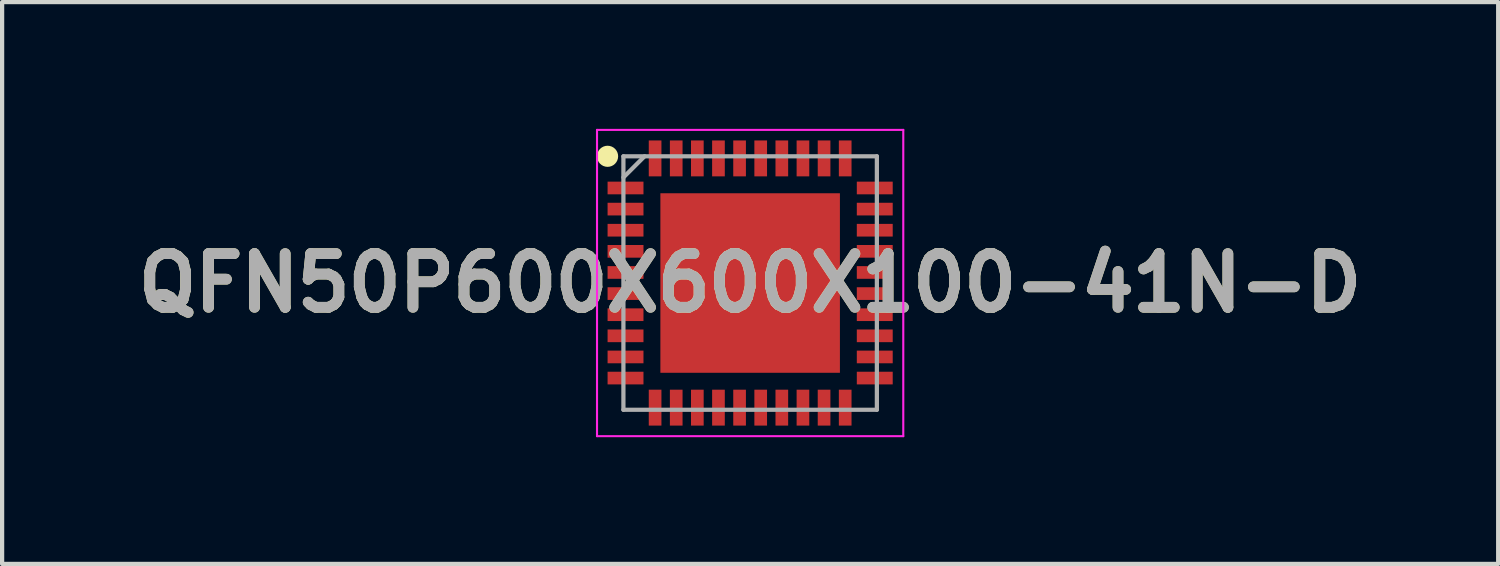
<source format=kicad_pcb>
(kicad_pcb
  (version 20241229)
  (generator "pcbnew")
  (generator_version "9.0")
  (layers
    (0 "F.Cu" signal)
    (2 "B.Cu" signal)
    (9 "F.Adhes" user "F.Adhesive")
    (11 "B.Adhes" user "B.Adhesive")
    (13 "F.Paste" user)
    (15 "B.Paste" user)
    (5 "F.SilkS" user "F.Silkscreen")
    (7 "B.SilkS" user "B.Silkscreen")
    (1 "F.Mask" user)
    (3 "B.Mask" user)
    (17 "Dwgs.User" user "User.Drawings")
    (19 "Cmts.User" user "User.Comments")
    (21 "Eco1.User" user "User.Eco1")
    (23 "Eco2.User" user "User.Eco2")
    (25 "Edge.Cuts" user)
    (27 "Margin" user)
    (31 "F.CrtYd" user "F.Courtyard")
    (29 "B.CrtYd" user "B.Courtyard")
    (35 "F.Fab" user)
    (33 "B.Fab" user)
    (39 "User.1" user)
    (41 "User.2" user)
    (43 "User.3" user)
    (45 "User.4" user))
  (footprint "QFN50P600X600X100-41N-D"
    (layer "F.Cu")
    (at 14.708 3.65)
    (property "Reference" "QFN50P600X600X100-41N-D" (at 0 0 0) (layer "F.SilkS") (effects (font (size 1.27 1.27) (thickness 0.254))))
    (attr smd)
    (fp_circle (center -3.375 -3) (end -3.375 -2.875) (stroke (width 0.25) (type solid)) (fill no) (layer "F.SilkS"))
    (fp_line (start -3.625 -3.625) (end 3.625 -3.625) (stroke (width 0.05) (type solid)) (layer "F.CrtYd"))
    (fp_line (start -3.625 3.625) (end -3.625 -3.625) (stroke (width 0.05) (type solid)) (layer "F.CrtYd"))
    (fp_line (start 3.625 -3.625) (end 3.625 3.625) (stroke (width 0.05) (type solid)) (layer "F.CrtYd"))
    (fp_line (start 3.625 3.625) (end -3.625 3.625) (stroke (width 0.05) (type solid)) (layer "F.CrtYd"))
    (fp_line (start -3 -3) (end 3 -3) (stroke (width 0.1) (type solid)) (layer "F.Fab"))
    (fp_line (start -3 -2.5) (end -2.5 -3) (stroke (width 0.1) (type solid)) (layer "F.Fab"))
    (fp_line (start -3 3) (end -3 -3) (stroke (width 0.1) (type solid)) (layer "F.Fab"))
    (fp_line (start 3 -3) (end 3 3) (stroke (width 0.1) (type solid)) (layer "F.Fab"))
    (fp_line (start 3 3) (end -3 3) (stroke (width 0.1) (type solid)) (layer "F.Fab"))
    (fp_text user "${REFERENCE}" (at 0 0 0) (layer "F.Fab") (effects (font (size 1.27 1.27) (thickness 0.254))))
    (pad "1" smd rect (at -2.95 -2.25 90) (size 0.3 0.85) (layers "F.Cu" "F.Mask" "F.Paste"))
    (pad "2" smd rect (at -2.95 -1.75 90) (size 0.3 0.85) (layers "F.Cu" "F.Mask" "F.Paste"))
    (pad "3" smd rect (at -2.95 -1.25 90) (size 0.3 0.85) (layers "F.Cu" "F.Mask" "F.Paste"))
    (pad "4" smd rect (at -2.95 -0.75 90) (size 0.3 0.85) (layers "F.Cu" "F.Mask" "F.Paste"))
    (pad "5" smd rect (at -2.95 -0.25 90) (size 0.3 0.85) (layers "F.Cu" "F.Mask" "F.Paste"))
    (pad "6" smd rect (at -2.95 0.25 90) (size 0.3 0.85) (layers "F.Cu" "F.Mask" "F.Paste"))
    (pad "7" smd rect (at -2.95 0.75 90) (size 0.3 0.85) (layers "F.Cu" "F.Mask" "F.Paste"))
    (pad "8" smd rect (at -2.95 1.25 90) (size 0.3 0.85) (layers "F.Cu" "F.Mask" "F.Paste"))
    (pad "9" smd rect (at -2.95 1.75 90) (size 0.3 0.85) (layers "F.Cu" "F.Mask" "F.Paste"))
    (pad "10" smd rect (at -2.95 2.25 90) (size 0.3 0.85) (layers "F.Cu" "F.Mask" "F.Paste"))
    (pad "11" smd rect (at -2.25 2.95) (size 0.3 0.85) (layers "F.Cu" "F.Mask" "F.Paste"))
    (pad "12" smd rect (at -1.75 2.95) (size 0.3 0.85) (layers "F.Cu" "F.Mask" "F.Paste"))
    (pad "13" smd rect (at -1.25 2.95) (size 0.3 0.85) (layers "F.Cu" "F.Mask" "F.Paste"))
    (pad "14" smd rect (at -0.75 2.95) (size 0.3 0.85) (layers "F.Cu" "F.Mask" "F.Paste"))
    (pad "15" smd rect (at -0.25 2.95) (size 0.3 0.85) (layers "F.Cu" "F.Mask" "F.Paste"))
    (pad "16" smd rect (at 0.25 2.95) (size 0.3 0.85) (layers "F.Cu" "F.Mask" "F.Paste"))
    (pad "17" smd rect (at 0.75 2.95) (size 0.3 0.85) (layers "F.Cu" "F.Mask" "F.Paste"))
    (pad "18" smd rect (at 1.25 2.95) (size 0.3 0.85) (layers "F.Cu" "F.Mask" "F.Paste"))
    (pad "19" smd rect (at 1.75 2.95) (size 0.3 0.85) (layers "F.Cu" "F.Mask" "F.Paste"))
    (pad "20" smd rect (at 2.25 2.95) (size 0.3 0.85) (layers "F.Cu" "F.Mask" "F.Paste"))
    (pad "21" smd rect (at 2.95 2.25 90) (size 0.3 0.85) (layers "F.Cu" "F.Mask" "F.Paste"))
    (pad "22" smd rect (at 2.95 1.75 90) (size 0.3 0.85) (layers "F.Cu" "F.Mask" "F.Paste"))
    (pad "23" smd rect (at 2.95 1.25 90) (size 0.3 0.85) (layers "F.Cu" "F.Mask" "F.Paste"))
    (pad "24" smd rect (at 2.95 0.75 90) (size 0.3 0.85) (layers "F.Cu" "F.Mask" "F.Paste"))
    (pad "25" smd rect (at 2.95 0.25 90) (size 0.3 0.85) (layers "F.Cu" "F.Mask" "F.Paste"))
    (pad "26" smd rect (at 2.95 -0.25 90) (size 0.3 0.85) (layers "F.Cu" "F.Mask" "F.Paste"))
    (pad "27" smd rect (at 2.95 -0.75 90) (size 0.3 0.85) (layers "F.Cu" "F.Mask" "F.Paste"))
    (pad "28" smd rect (at 2.95 -1.25 90) (size 0.3 0.85) (layers "F.Cu" "F.Mask" "F.Paste"))
    (pad "29" smd rect (at 2.95 -1.75 90) (size 0.3 0.85) (layers "F.Cu" "F.Mask" "F.Paste"))
    (pad "30" smd rect (at 2.95 -2.25 90) (size 0.3 0.85) (layers "F.Cu" "F.Mask" "F.Paste"))
    (pad "31" smd rect (at 2.25 -2.95) (size 0.3 0.85) (layers "F.Cu" "F.Mask" "F.Paste"))
    (pad "32" smd rect (at 1.75 -2.95) (size 0.3 0.85) (layers "F.Cu" "F.Mask" "F.Paste"))
    (pad "33" smd rect (at 1.25 -2.95) (size 0.3 0.85) (layers "F.Cu" "F.Mask" "F.Paste"))
    (pad "34" smd rect (at 0.75 -2.95) (size 0.3 0.85) (layers "F.Cu" "F.Mask" "F.Paste"))
    (pad "35" smd rect (at 0.25 -2.95) (size 0.3 0.85) (layers "F.Cu" "F.Mask" "F.Paste"))
    (pad "36" smd rect (at -0.25 -2.95) (size 0.3 0.85) (layers "F.Cu" "F.Mask" "F.Paste"))
    (pad "37" smd rect (at -0.75 -2.95) (size 0.3 0.85) (layers "F.Cu" "F.Mask" "F.Paste"))
    (pad "38" smd rect (at -1.25 -2.95) (size 0.3 0.85) (layers "F.Cu" "F.Mask" "F.Paste"))
    (pad "39" smd rect (at -1.75 -2.95) (size 0.3 0.85) (layers "F.Cu" "F.Mask" "F.Paste"))
    (pad "40" smd rect (at -2.25 -2.95) (size 0.3 0.85) (layers "F.Cu" "F.Mask" "F.Paste"))
    (pad "41" smd rect (at 0 0) (size 4.25 4.25) (layers "F.Cu" "F.Mask" "F.Paste")))
  (gr_rect
    (start -3 -3)
    (end 32.416 10.3)
    (stroke (width 0.1) (type default))
    (fill no)
    (layer "Edge.Cuts")))
</source>
